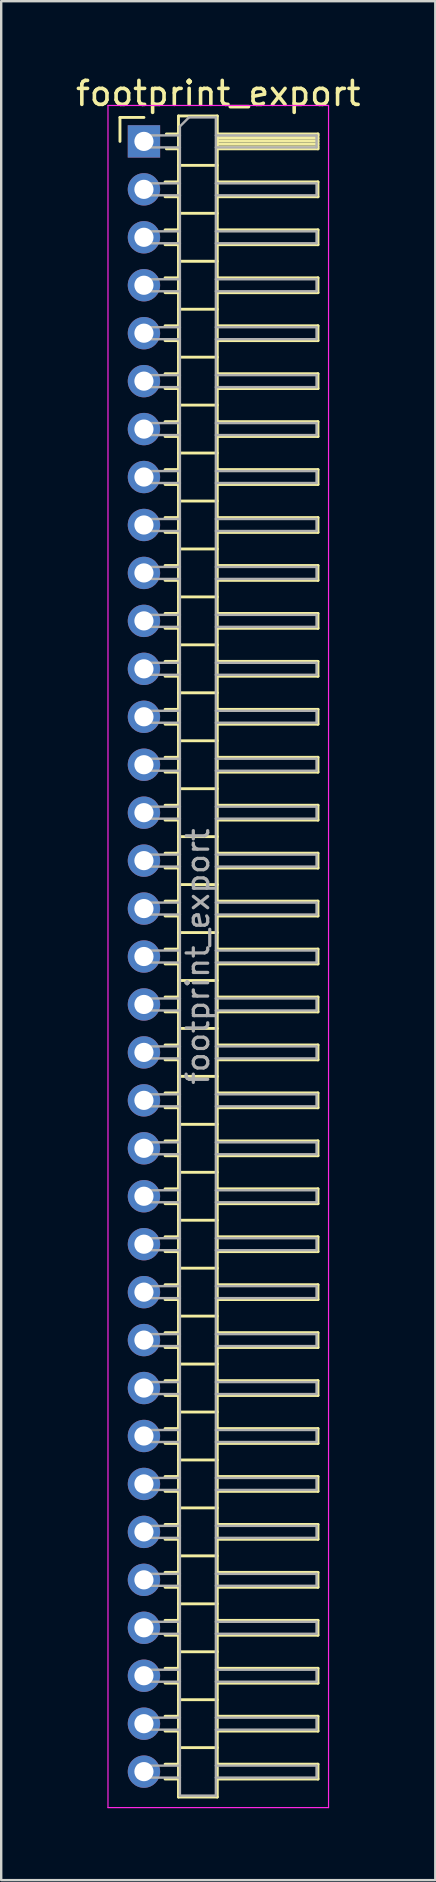
<source format=kicad_pcb>
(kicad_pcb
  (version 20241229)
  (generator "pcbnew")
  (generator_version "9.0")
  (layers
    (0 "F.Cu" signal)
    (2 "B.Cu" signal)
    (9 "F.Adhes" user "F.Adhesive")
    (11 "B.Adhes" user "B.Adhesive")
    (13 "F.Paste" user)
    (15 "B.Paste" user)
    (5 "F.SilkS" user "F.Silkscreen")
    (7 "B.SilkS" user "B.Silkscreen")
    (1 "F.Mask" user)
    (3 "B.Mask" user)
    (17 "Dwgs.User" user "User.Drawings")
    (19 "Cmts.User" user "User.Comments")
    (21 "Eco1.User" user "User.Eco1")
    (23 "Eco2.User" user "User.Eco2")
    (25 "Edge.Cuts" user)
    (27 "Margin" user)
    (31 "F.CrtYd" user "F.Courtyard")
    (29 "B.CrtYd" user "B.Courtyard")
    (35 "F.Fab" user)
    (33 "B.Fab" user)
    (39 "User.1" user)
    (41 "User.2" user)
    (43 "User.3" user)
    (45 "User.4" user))
  (footprint "footprint_export"
    (layer "F.Cu")
    (at 2.954 2.848)
    (property "Reference" "footprint_export" (at 3.1 -2 0) (layer "F.SilkS") (effects (font (size 1 1) (thickness 0.15))))
    (attr through_hole)
    (fp_line (start -1 -1) (end 0 -1) (stroke (width 0.12) (type solid)) (layer "F.SilkS"))
    (fp_line (start -1 0) (end -1 -1) (stroke (width 0.12) (type solid)) (layer "F.SilkS"))
    (fp_line (start 0.882 1.69) (end 1.44 1.69) (stroke (width 0.12) (type solid)) (layer "F.SilkS"))
    (fp_line (start 0.882 2.31) (end 1.44 2.31) (stroke (width 0.12) (type solid)) (layer "F.SilkS"))
    (fp_line (start 0.882 3.69) (end 1.44 3.69) (stroke (width 0.12) (type solid)) (layer "F.SilkS"))
    (fp_line (start 0.882 4.31) (end 1.44 4.31) (stroke (width 0.12) (type solid)) (layer "F.SilkS"))
    (fp_line (start 0.882 5.69) (end 1.44 5.69) (stroke (width 0.12) (type solid)) (layer "F.SilkS"))
    (fp_line (start 0.882 6.31) (end 1.44 6.31) (stroke (width 0.12) (type solid)) (layer "F.SilkS"))
    (fp_line (start 0.882 7.69) (end 1.44 7.69) (stroke (width 0.12) (type solid)) (layer "F.SilkS"))
    (fp_line (start 0.882 8.31) (end 1.44 8.31) (stroke (width 0.12) (type solid)) (layer "F.SilkS"))
    (fp_line (start 0.882 9.69) (end 1.44 9.69) (stroke (width 0.12) (type solid)) (layer "F.SilkS"))
    (fp_line (start 0.882 10.31) (end 1.44 10.31) (stroke (width 0.12) (type solid)) (layer "F.SilkS"))
    (fp_line (start 0.882 11.69) (end 1.44 11.69) (stroke (width 0.12) (type solid)) (layer "F.SilkS"))
    (fp_line (start 0.882 12.31) (end 1.44 12.31) (stroke (width 0.12) (type solid)) (layer "F.SilkS"))
    (fp_line (start 0.882 13.69) (end 1.44 13.69) (stroke (width 0.12) (type solid)) (layer "F.SilkS"))
    (fp_line (start 0.882 14.31) (end 1.44 14.31) (stroke (width 0.12) (type solid)) (layer "F.SilkS"))
    (fp_line (start 0.882 15.69) (end 1.44 15.69) (stroke (width 0.12) (type solid)) (layer "F.SilkS"))
    (fp_line (start 0.882 16.31) (end 1.44 16.31) (stroke (width 0.12) (type solid)) (layer "F.SilkS"))
    (fp_line (start 0.882 17.69) (end 1.44 17.69) (stroke (width 0.12) (type solid)) (layer "F.SilkS"))
    (fp_line (start 0.882 18.31) (end 1.44 18.31) (stroke (width 0.12) (type solid)) (layer "F.SilkS"))
    (fp_line (start 0.882 19.69) (end 1.44 19.69) (stroke (width 0.12) (type solid)) (layer "F.SilkS"))
    (fp_line (start 0.882 20.31) (end 1.44 20.31) (stroke (width 0.12) (type solid)) (layer "F.SilkS"))
    (fp_line (start 0.882 21.69) (end 1.44 21.69) (stroke (width 0.12) (type solid)) (layer "F.SilkS"))
    (fp_line (start 0.882 22.31) (end 1.44 22.31) (stroke (width 0.12) (type solid)) (layer "F.SilkS"))
    (fp_line (start 0.882 23.69) (end 1.44 23.69) (stroke (width 0.12) (type solid)) (layer "F.SilkS"))
    (fp_line (start 0.882 24.31) (end 1.44 24.31) (stroke (width 0.12) (type solid)) (layer "F.SilkS"))
    (fp_line (start 0.882 25.69) (end 1.44 25.69) (stroke (width 0.12) (type solid)) (layer "F.SilkS"))
    (fp_line (start 0.882 26.31) (end 1.44 26.31) (stroke (width 0.12) (type solid)) (layer "F.SilkS"))
    (fp_line (start 0.882 27.69) (end 1.44 27.69) (stroke (width 0.12) (type solid)) (layer "F.SilkS"))
    (fp_line (start 0.882 28.31) (end 1.44 28.31) (stroke (width 0.12) (type solid)) (layer "F.SilkS"))
    (fp_line (start 0.882 29.69) (end 1.44 29.69) (stroke (width 0.12) (type solid)) (layer "F.SilkS"))
    (fp_line (start 0.882 30.31) (end 1.44 30.31) (stroke (width 0.12) (type solid)) (layer "F.SilkS"))
    (fp_line (start 0.882 31.69) (end 1.44 31.69) (stroke (width 0.12) (type solid)) (layer "F.SilkS"))
    (fp_line (start 0.882 32.31) (end 1.44 32.31) (stroke (width 0.12) (type solid)) (layer "F.SilkS"))
    (fp_line (start 0.882 33.69) (end 1.44 33.69) (stroke (width 0.12) (type solid)) (layer "F.SilkS"))
    (fp_line (start 0.882 34.31) (end 1.44 34.31) (stroke (width 0.12) (type solid)) (layer "F.SilkS"))
    (fp_line (start 0.882 35.69) (end 1.44 35.69) (stroke (width 0.12) (type solid)) (layer "F.SilkS"))
    (fp_line (start 0.882 36.31) (end 1.44 36.31) (stroke (width 0.12) (type solid)) (layer "F.SilkS"))
    (fp_line (start 0.882 37.69) (end 1.44 37.69) (stroke (width 0.12) (type solid)) (layer "F.SilkS"))
    (fp_line (start 0.882 38.31) (end 1.44 38.31) (stroke (width 0.12) (type solid)) (layer "F.SilkS"))
    (fp_line (start 0.882 39.69) (end 1.44 39.69) (stroke (width 0.12) (type solid)) (layer "F.SilkS"))
    (fp_line (start 0.882 40.31) (end 1.44 40.31) (stroke (width 0.12) (type solid)) (layer "F.SilkS"))
    (fp_line (start 0.882 41.69) (end 1.44 41.69) (stroke (width 0.12) (type solid)) (layer "F.SilkS"))
    (fp_line (start 0.882 42.31) (end 1.44 42.31) (stroke (width 0.12) (type solid)) (layer "F.SilkS"))
    (fp_line (start 0.882 43.69) (end 1.44 43.69) (stroke (width 0.12) (type solid)) (layer "F.SilkS"))
    (fp_line (start 0.882 44.31) (end 1.44 44.31) (stroke (width 0.12) (type solid)) (layer "F.SilkS"))
    (fp_line (start 0.882 45.69) (end 1.44 45.69) (stroke (width 0.12) (type solid)) (layer "F.SilkS"))
    (fp_line (start 0.882 46.31) (end 1.44 46.31) (stroke (width 0.12) (type solid)) (layer "F.SilkS"))
    (fp_line (start 0.882 47.69) (end 1.44 47.69) (stroke (width 0.12) (type solid)) (layer "F.SilkS"))
    (fp_line (start 0.882 48.31) (end 1.44 48.31) (stroke (width 0.12) (type solid)) (layer "F.SilkS"))
    (fp_line (start 0.882 49.69) (end 1.44 49.69) (stroke (width 0.12) (type solid)) (layer "F.SilkS"))
    (fp_line (start 0.882 50.31) (end 1.44 50.31) (stroke (width 0.12) (type solid)) (layer "F.SilkS"))
    (fp_line (start 0.882 51.69) (end 1.44 51.69) (stroke (width 0.12) (type solid)) (layer "F.SilkS"))
    (fp_line (start 0.882 52.31) (end 1.44 52.31) (stroke (width 0.12) (type solid)) (layer "F.SilkS"))
    (fp_line (start 0.882 53.69) (end 1.44 53.69) (stroke (width 0.12) (type solid)) (layer "F.SilkS"))
    (fp_line (start 0.882 54.31) (end 1.44 54.31) (stroke (width 0.12) (type solid)) (layer "F.SilkS"))
    (fp_line (start 0.882 55.69) (end 1.44 55.69) (stroke (width 0.12) (type solid)) (layer "F.SilkS"))
    (fp_line (start 0.882 56.31) (end 1.44 56.31) (stroke (width 0.12) (type solid)) (layer "F.SilkS"))
    (fp_line (start 0.882 57.69) (end 1.44 57.69) (stroke (width 0.12) (type solid)) (layer "F.SilkS"))
    (fp_line (start 0.882 58.31) (end 1.44 58.31) (stroke (width 0.12) (type solid)) (layer "F.SilkS"))
    (fp_line (start 0.882 59.69) (end 1.44 59.69) (stroke (width 0.12) (type solid)) (layer "F.SilkS"))
    (fp_line (start 0.882 60.31) (end 1.44 60.31) (stroke (width 0.12) (type solid)) (layer "F.SilkS"))
    (fp_line (start 0.882 61.69) (end 1.44 61.69) (stroke (width 0.12) (type solid)) (layer "F.SilkS"))
    (fp_line (start 0.882 62.31) (end 1.44 62.31) (stroke (width 0.12) (type solid)) (layer "F.SilkS"))
    (fp_line (start 0.882 63.69) (end 1.44 63.69) (stroke (width 0.12) (type solid)) (layer "F.SilkS"))
    (fp_line (start 0.882 64.31) (end 1.44 64.31) (stroke (width 0.12) (type solid)) (layer "F.SilkS"))
    (fp_line (start 0.882 65.69) (end 1.44 65.69) (stroke (width 0.12) (type solid)) (layer "F.SilkS"))
    (fp_line (start 0.882 66.31) (end 1.44 66.31) (stroke (width 0.12) (type solid)) (layer "F.SilkS"))
    (fp_line (start 0.882 67.69) (end 1.44 67.69) (stroke (width 0.12) (type solid)) (layer "F.SilkS"))
    (fp_line (start 0.882 68.31) (end 1.44 68.31) (stroke (width 0.12) (type solid)) (layer "F.SilkS"))
    (fp_line (start 0.935 -0.31) (end 1.44 -0.31) (stroke (width 0.12) (type solid)) (layer "F.SilkS"))
    (fp_line (start 0.935 0.31) (end 1.44 0.31) (stroke (width 0.12) (type solid)) (layer "F.SilkS"))
    (fp_line (start 1.44 -1.06) (end 1.44 69.06) (stroke (width 0.12) (type solid)) (layer "F.SilkS"))
    (fp_line (start 1.44 1) (end 3.06 1) (stroke (width 0.12) (type solid)) (layer "F.SilkS"))
    (fp_line (start 1.44 3) (end 3.06 3) (stroke (width 0.12) (type solid)) (layer "F.SilkS"))
    (fp_line (start 1.44 5) (end 3.06 5) (stroke (width 0.12) (type solid)) (layer "F.SilkS"))
    (fp_line (start 1.44 7) (end 3.06 7) (stroke (width 0.12) (type solid)) (layer "F.SilkS"))
    (fp_line (start 1.44 9) (end 3.06 9) (stroke (width 0.12) (type solid)) (layer "F.SilkS"))
    (fp_line (start 1.44 11) (end 3.06 11) (stroke (width 0.12) (type solid)) (layer "F.SilkS"))
    (fp_line (start 1.44 13) (end 3.06 13) (stroke (width 0.12) (type solid)) (layer "F.SilkS"))
    (fp_line (start 1.44 15) (end 3.06 15) (stroke (width 0.12) (type solid)) (layer "F.SilkS"))
    (fp_line (start 1.44 17) (end 3.06 17) (stroke (width 0.12) (type solid)) (layer "F.SilkS"))
    (fp_line (start 1.44 19) (end 3.06 19) (stroke (width 0.12) (type solid)) (layer "F.SilkS"))
    (fp_line (start 1.44 21) (end 3.06 21) (stroke (width 0.12) (type solid)) (layer "F.SilkS"))
    (fp_line (start 1.44 23) (end 3.06 23) (stroke (width 0.12) (type solid)) (layer "F.SilkS"))
    (fp_line (start 1.44 25) (end 3.06 25) (stroke (width 0.12) (type solid)) (layer "F.SilkS"))
    (fp_line (start 1.44 27) (end 3.06 27) (stroke (width 0.12) (type solid)) (layer "F.SilkS"))
    (fp_line (start 1.44 29) (end 3.06 29) (stroke (width 0.12) (type solid)) (layer "F.SilkS"))
    (fp_line (start 1.44 31) (end 3.06 31) (stroke (width 0.12) (type solid)) (layer "F.SilkS"))
    (fp_line (start 1.44 33) (end 3.06 33) (stroke (width 0.12) (type solid)) (layer "F.SilkS"))
    (fp_line (start 1.44 35) (end 3.06 35) (stroke (width 0.12) (type solid)) (layer "F.SilkS"))
    (fp_line (start 1.44 37) (end 3.06 37) (stroke (width 0.12) (type solid)) (layer "F.SilkS"))
    (fp_line (start 1.44 39) (end 3.06 39) (stroke (width 0.12) (type solid)) (layer "F.SilkS"))
    (fp_line (start 1.44 41) (end 3.06 41) (stroke (width 0.12) (type solid)) (layer "F.SilkS"))
    (fp_line (start 1.44 43) (end 3.06 43) (stroke (width 0.12) (type solid)) (layer "F.SilkS"))
    (fp_line (start 1.44 45) (end 3.06 45) (stroke (width 0.12) (type solid)) (layer "F.SilkS"))
    (fp_line (start 1.44 47) (end 3.06 47) (stroke (width 0.12) (type solid)) (layer "F.SilkS"))
    (fp_line (start 1.44 49) (end 3.06 49) (stroke (width 0.12) (type solid)) (layer "F.SilkS"))
    (fp_line (start 1.44 51) (end 3.06 51) (stroke (width 0.12) (type solid)) (layer "F.SilkS"))
    (fp_line (start 1.44 53) (end 3.06 53) (stroke (width 0.12) (type solid)) (layer "F.SilkS"))
    (fp_line (start 1.44 55) (end 3.06 55) (stroke (width 0.12) (type solid)) (layer "F.SilkS"))
    (fp_line (start 1.44 57) (end 3.06 57) (stroke (width 0.12) (type solid)) (layer "F.SilkS"))
    (fp_line (start 1.44 59) (end 3.06 59) (stroke (width 0.12) (type solid)) (layer "F.SilkS"))
    (fp_line (start 1.44 61) (end 3.06 61) (stroke (width 0.12) (type solid)) (layer "F.SilkS"))
    (fp_line (start 1.44 63) (end 3.06 63) (stroke (width 0.12) (type solid)) (layer "F.SilkS"))
    (fp_line (start 1.44 65) (end 3.06 65) (stroke (width 0.12) (type solid)) (layer "F.SilkS"))
    (fp_line (start 1.44 67) (end 3.06 67) (stroke (width 0.12) (type solid)) (layer "F.SilkS"))
    (fp_line (start 1.44 69.06) (end 3.06 69.06) (stroke (width 0.12) (type solid)) (layer "F.SilkS"))
    (fp_line (start 3.06 -1.06) (end 1.44 -1.06) (stroke (width 0.12) (type solid)) (layer "F.SilkS"))
    (fp_line (start 3.06 -0.31) (end 7.26 -0.31) (stroke (width 0.12) (type solid)) (layer "F.SilkS"))
    (fp_line (start 3.06 -0.25) (end 7.26 -0.25) (stroke (width 0.12) (type solid)) (layer "F.SilkS"))
    (fp_line (start 3.06 -0.13) (end 7.26 -0.13) (stroke (width 0.12) (type solid)) (layer "F.SilkS"))
    (fp_line (start 3.06 -0.01) (end 7.26 -0.01) (stroke (width 0.12) (type solid)) (layer "F.SilkS"))
    (fp_line (start 3.06 0.11) (end 7.26 0.11) (stroke (width 0.12) (type solid)) (layer "F.SilkS"))
    (fp_line (start 3.06 0.23) (end 7.26 0.23) (stroke (width 0.12) (type solid)) (layer "F.SilkS"))
    (fp_line (start 3.06 1.69) (end 7.26 1.69) (stroke (width 0.12) (type solid)) (layer "F.SilkS"))
    (fp_line (start 3.06 3.69) (end 7.26 3.69) (stroke (width 0.12) (type solid)) (layer "F.SilkS"))
    (fp_line (start 3.06 5.69) (end 7.26 5.69) (stroke (width 0.12) (type solid)) (layer "F.SilkS"))
    (fp_line (start 3.06 7.69) (end 7.26 7.69) (stroke (width 0.12) (type solid)) (layer "F.SilkS"))
    (fp_line (start 3.06 9.69) (end 7.26 9.69) (stroke (width 0.12) (type solid)) (layer "F.SilkS"))
    (fp_line (start 3.06 11.69) (end 7.26 11.69) (stroke (width 0.12) (type solid)) (layer "F.SilkS"))
    (fp_line (start 3.06 13.69) (end 7.26 13.69) (stroke (width 0.12) (type solid)) (layer "F.SilkS"))
    (fp_line (start 3.06 15.69) (end 7.26 15.69) (stroke (width 0.12) (type solid)) (layer "F.SilkS"))
    (fp_line (start 3.06 17.69) (end 7.26 17.69) (stroke (width 0.12) (type solid)) (layer "F.SilkS"))
    (fp_line (start 3.06 19.69) (end 7.26 19.69) (stroke (width 0.12) (type solid)) (layer "F.SilkS"))
    (fp_line (start 3.06 21.69) (end 7.26 21.69) (stroke (width 0.12) (type solid)) (layer "F.SilkS"))
    (fp_line (start 3.06 23.69) (end 7.26 23.69) (stroke (width 0.12) (type solid)) (layer "F.SilkS"))
    (fp_line (start 3.06 25.69) (end 7.26 25.69) (stroke (width 0.12) (type solid)) (layer "F.SilkS"))
    (fp_line (start 3.06 27.69) (end 7.26 27.69) (stroke (width 0.12) (type solid)) (layer "F.SilkS"))
    (fp_line (start 3.06 29.69) (end 7.26 29.69) (stroke (width 0.12) (type solid)) (layer "F.SilkS"))
    (fp_line (start 3.06 31.69) (end 7.26 31.69) (stroke (width 0.12) (type solid)) (layer "F.SilkS"))
    (fp_line (start 3.06 33.69) (end 7.26 33.69) (stroke (width 0.12) (type solid)) (layer "F.SilkS"))
    (fp_line (start 3.06 35.69) (end 7.26 35.69) (stroke (width 0.12) (type solid)) (layer "F.SilkS"))
    (fp_line (start 3.06 37.69) (end 7.26 37.69) (stroke (width 0.12) (type solid)) (layer "F.SilkS"))
    (fp_line (start 3.06 39.69) (end 7.26 39.69) (stroke (width 0.12) (type solid)) (layer "F.SilkS"))
    (fp_line (start 3.06 41.69) (end 7.26 41.69) (stroke (width 0.12) (type solid)) (layer "F.SilkS"))
    (fp_line (start 3.06 43.69) (end 7.26 43.69) (stroke (width 0.12) (type solid)) (layer "F.SilkS"))
    (fp_line (start 3.06 45.69) (end 7.26 45.69) (stroke (width 0.12) (type solid)) (layer "F.SilkS"))
    (fp_line (start 3.06 47.69) (end 7.26 47.69) (stroke (width 0.12) (type solid)) (layer "F.SilkS"))
    (fp_line (start 3.06 49.69) (end 7.26 49.69) (stroke (width 0.12) (type solid)) (layer "F.SilkS"))
    (fp_line (start 3.06 51.69) (end 7.26 51.69) (stroke (width 0.12) (type solid)) (layer "F.SilkS"))
    (fp_line (start 3.06 53.69) (end 7.26 53.69) (stroke (width 0.12) (type solid)) (layer "F.SilkS"))
    (fp_line (start 3.06 55.69) (end 7.26 55.69) (stroke (width 0.12) (type solid)) (layer "F.SilkS"))
    (fp_line (start 3.06 57.69) (end 7.26 57.69) (stroke (width 0.12) (type solid)) (layer "F.SilkS"))
    (fp_line (start 3.06 59.69) (end 7.26 59.69) (stroke (width 0.12) (type solid)) (layer "F.SilkS"))
    (fp_line (start 3.06 61.69) (end 7.26 61.69) (stroke (width 0.12) (type solid)) (layer "F.SilkS"))
    (fp_line (start 3.06 63.69) (end 7.26 63.69) (stroke (width 0.12) (type solid)) (layer "F.SilkS"))
    (fp_line (start 3.06 65.69) (end 7.26 65.69) (stroke (width 0.12) (type solid)) (layer "F.SilkS"))
    (fp_line (start 3.06 67.69) (end 7.26 67.69) (stroke (width 0.12) (type solid)) (layer "F.SilkS"))
    (fp_line (start 3.06 69.06) (end 3.06 -1.06) (stroke (width 0.12) (type solid)) (layer "F.SilkS"))
    (fp_line (start 7.26 -0.31) (end 7.26 0.31) (stroke (width 0.12) (type solid)) (layer "F.SilkS"))
    (fp_line (start 7.26 0.31) (end 3.06 0.31) (stroke (width 0.12) (type solid)) (layer "F.SilkS"))
    (fp_line (start 7.26 1.69) (end 7.26 2.31) (stroke (width 0.12) (type solid)) (layer "F.SilkS"))
    (fp_line (start 7.26 2.31) (end 3.06 2.31) (stroke (width 0.12) (type solid)) (layer "F.SilkS"))
    (fp_line (start 7.26 3.69) (end 7.26 4.31) (stroke (width 0.12) (type solid)) (layer "F.SilkS"))
    (fp_line (start 7.26 4.31) (end 3.06 4.31) (stroke (width 0.12) (type solid)) (layer "F.SilkS"))
    (fp_line (start 7.26 5.69) (end 7.26 6.31) (stroke (width 0.12) (type solid)) (layer "F.SilkS"))
    (fp_line (start 7.26 6.31) (end 3.06 6.31) (stroke (width 0.12) (type solid)) (layer "F.SilkS"))
    (fp_line (start 7.26 7.69) (end 7.26 8.31) (stroke (width 0.12) (type solid)) (layer "F.SilkS"))
    (fp_line (start 7.26 8.31) (end 3.06 8.31) (stroke (width 0.12) (type solid)) (layer "F.SilkS"))
    (fp_line (start 7.26 9.69) (end 7.26 10.31) (stroke (width 0.12) (type solid)) (layer "F.SilkS"))
    (fp_line (start 7.26 10.31) (end 3.06 10.31) (stroke (width 0.12) (type solid)) (layer "F.SilkS"))
    (fp_line (start 7.26 11.69) (end 7.26 12.31) (stroke (width 0.12) (type solid)) (layer "F.SilkS"))
    (fp_line (start 7.26 12.31) (end 3.06 12.31) (stroke (width 0.12) (type solid)) (layer "F.SilkS"))
    (fp_line (start 7.26 13.69) (end 7.26 14.31) (stroke (width 0.12) (type solid)) (layer "F.SilkS"))
    (fp_line (start 7.26 14.31) (end 3.06 14.31) (stroke (width 0.12) (type solid)) (layer "F.SilkS"))
    (fp_line (start 7.26 15.69) (end 7.26 16.31) (stroke (width 0.12) (type solid)) (layer "F.SilkS"))
    (fp_line (start 7.26 16.31) (end 3.06 16.31) (stroke (width 0.12) (type solid)) (layer "F.SilkS"))
    (fp_line (start 7.26 17.69) (end 7.26 18.31) (stroke (width 0.12) (type solid)) (layer "F.SilkS"))
    (fp_line (start 7.26 18.31) (end 3.06 18.31) (stroke (width 0.12) (type solid)) (layer "F.SilkS"))
    (fp_line (start 7.26 19.69) (end 7.26 20.31) (stroke (width 0.12) (type solid)) (layer "F.SilkS"))
    (fp_line (start 7.26 20.31) (end 3.06 20.31) (stroke (width 0.12) (type solid)) (layer "F.SilkS"))
    (fp_line (start 7.26 21.69) (end 7.26 22.31) (stroke (width 0.12) (type solid)) (layer "F.SilkS"))
    (fp_line (start 7.26 22.31) (end 3.06 22.31) (stroke (width 0.12) (type solid)) (layer "F.SilkS"))
    (fp_line (start 7.26 23.69) (end 7.26 24.31) (stroke (width 0.12) (type solid)) (layer "F.SilkS"))
    (fp_line (start 7.26 24.31) (end 3.06 24.31) (stroke (width 0.12) (type solid)) (layer "F.SilkS"))
    (fp_line (start 7.26 25.69) (end 7.26 26.31) (stroke (width 0.12) (type solid)) (layer "F.SilkS"))
    (fp_line (start 7.26 26.31) (end 3.06 26.31) (stroke (width 0.12) (type solid)) (layer "F.SilkS"))
    (fp_line (start 7.26 27.69) (end 7.26 28.31) (stroke (width 0.12) (type solid)) (layer "F.SilkS"))
    (fp_line (start 7.26 28.31) (end 3.06 28.31) (stroke (width 0.12) (type solid)) (layer "F.SilkS"))
    (fp_line (start 7.26 29.69) (end 7.26 30.31) (stroke (width 0.12) (type solid)) (layer "F.SilkS"))
    (fp_line (start 7.26 30.31) (end 3.06 30.31) (stroke (width 0.12) (type solid)) (layer "F.SilkS"))
    (fp_line (start 7.26 31.69) (end 7.26 32.31) (stroke (width 0.12) (type solid)) (layer "F.SilkS"))
    (fp_line (start 7.26 32.31) (end 3.06 32.31) (stroke (width 0.12) (type solid)) (layer "F.SilkS"))
    (fp_line (start 7.26 33.69) (end 7.26 34.31) (stroke (width 0.12) (type solid)) (layer "F.SilkS"))
    (fp_line (start 7.26 34.31) (end 3.06 34.31) (stroke (width 0.12) (type solid)) (layer "F.SilkS"))
    (fp_line (start 7.26 35.69) (end 7.26 36.31) (stroke (width 0.12) (type solid)) (layer "F.SilkS"))
    (fp_line (start 7.26 36.31) (end 3.06 36.31) (stroke (width 0.12) (type solid)) (layer "F.SilkS"))
    (fp_line (start 7.26 37.69) (end 7.26 38.31) (stroke (width 0.12) (type solid)) (layer "F.SilkS"))
    (fp_line (start 7.26 38.31) (end 3.06 38.31) (stroke (width 0.12) (type solid)) (layer "F.SilkS"))
    (fp_line (start 7.26 39.69) (end 7.26 40.31) (stroke (width 0.12) (type solid)) (layer "F.SilkS"))
    (fp_line (start 7.26 40.31) (end 3.06 40.31) (stroke (width 0.12) (type solid)) (layer "F.SilkS"))
    (fp_line (start 7.26 41.69) (end 7.26 42.31) (stroke (width 0.12) (type solid)) (layer "F.SilkS"))
    (fp_line (start 7.26 42.31) (end 3.06 42.31) (stroke (width 0.12) (type solid)) (layer "F.SilkS"))
    (fp_line (start 7.26 43.69) (end 7.26 44.31) (stroke (width 0.12) (type solid)) (layer "F.SilkS"))
    (fp_line (start 7.26 44.31) (end 3.06 44.31) (stroke (width 0.12) (type solid)) (layer "F.SilkS"))
    (fp_line (start 7.26 45.69) (end 7.26 46.31) (stroke (width 0.12) (type solid)) (layer "F.SilkS"))
    (fp_line (start 7.26 46.31) (end 3.06 46.31) (stroke (width 0.12) (type solid)) (layer "F.SilkS"))
    (fp_line (start 7.26 47.69) (end 7.26 48.31) (stroke (width 0.12) (type solid)) (layer "F.SilkS"))
    (fp_line (start 7.26 48.31) (end 3.06 48.31) (stroke (width 0.12) (type solid)) (layer "F.SilkS"))
    (fp_line (start 7.26 49.69) (end 7.26 50.31) (stroke (width 0.12) (type solid)) (layer "F.SilkS"))
    (fp_line (start 7.26 50.31) (end 3.06 50.31) (stroke (width 0.12) (type solid)) (layer "F.SilkS"))
    (fp_line (start 7.26 51.69) (end 7.26 52.31) (stroke (width 0.12) (type solid)) (layer "F.SilkS"))
    (fp_line (start 7.26 52.31) (end 3.06 52.31) (stroke (width 0.12) (type solid)) (layer "F.SilkS"))
    (fp_line (start 7.26 53.69) (end 7.26 54.31) (stroke (width 0.12) (type solid)) (layer "F.SilkS"))
    (fp_line (start 7.26 54.31) (end 3.06 54.31) (stroke (width 0.12) (type solid)) (layer "F.SilkS"))
    (fp_line (start 7.26 55.69) (end 7.26 56.31) (stroke (width 0.12) (type solid)) (layer "F.SilkS"))
    (fp_line (start 7.26 56.31) (end 3.06 56.31) (stroke (width 0.12) (type solid)) (layer "F.SilkS"))
    (fp_line (start 7.26 57.69) (end 7.26 58.31) (stroke (width 0.12) (type solid)) (layer "F.SilkS"))
    (fp_line (start 7.26 58.31) (end 3.06 58.31) (stroke (width 0.12) (type solid)) (layer "F.SilkS"))
    (fp_line (start 7.26 59.69) (end 7.26 60.31) (stroke (width 0.12) (type solid)) (layer "F.SilkS"))
    (fp_line (start 7.26 60.31) (end 3.06 60.31) (stroke (width 0.12) (type solid)) (layer "F.SilkS"))
    (fp_line (start 7.26 61.69) (end 7.26 62.31) (stroke (width 0.12) (type solid)) (layer "F.SilkS"))
    (fp_line (start 7.26 62.31) (end 3.06 62.31) (stroke (width 0.12) (type solid)) (layer "F.SilkS"))
    (fp_line (start 7.26 63.69) (end 7.26 64.31) (stroke (width 0.12) (type solid)) (layer "F.SilkS"))
    (fp_line (start 7.26 64.31) (end 3.06 64.31) (stroke (width 0.12) (type solid)) (layer "F.SilkS"))
    (fp_line (start 7.26 65.69) (end 7.26 66.31) (stroke (width 0.12) (type solid)) (layer "F.SilkS"))
    (fp_line (start 7.26 66.31) (end 3.06 66.31) (stroke (width 0.12) (type solid)) (layer "F.SilkS"))
    (fp_line (start 7.26 67.69) (end 7.26 68.31) (stroke (width 0.12) (type solid)) (layer "F.SilkS"))
    (fp_line (start 7.26 68.31) (end 3.06 68.31) (stroke (width 0.12) (type solid)) (layer "F.SilkS"))
    (fp_line (start -1.5 -1.5) (end -1.5 69.5) (stroke (width 0.05) (type solid)) (layer "F.CrtYd"))
    (fp_line (start -1.5 69.5) (end 7.7 69.5) (stroke (width 0.05) (type solid)) (layer "F.CrtYd"))
    (fp_line (start 7.7 -1.5) (end -1.5 -1.5) (stroke (width 0.05) (type solid)) (layer "F.CrtYd"))
    (fp_line (start 7.7 69.5) (end 7.7 -1.5) (stroke (width 0.05) (type solid)) (layer "F.CrtYd"))
    (fp_line (start -0.25 -0.25) (end -0.25 0.25) (stroke (width 0.1) (type solid)) (layer "F.Fab"))
    (fp_line (start -0.25 -0.25) (end 1.5 -0.25) (stroke (width 0.1) (type solid)) (layer "F.Fab"))
    (fp_line (start -0.25 0.25) (end 1.5 0.25) (stroke (width 0.1) (type solid)) (layer "F.Fab"))
    (fp_line (start -0.25 1.75) (end -0.25 2.25) (stroke (width 0.1) (type solid)) (layer "F.Fab"))
    (fp_line (start -0.25 1.75) (end 1.5 1.75) (stroke (width 0.1) (type solid)) (layer "F.Fab"))
    (fp_line (start -0.25 2.25) (end 1.5 2.25) (stroke (width 0.1) (type solid)) (layer "F.Fab"))
    (fp_line (start -0.25 3.75) (end -0.25 4.25) (stroke (width 0.1) (type solid)) (layer "F.Fab"))
    (fp_line (start -0.25 3.75) (end 1.5 3.75) (stroke (width 0.1) (type solid)) (layer "F.Fab"))
    (fp_line (start -0.25 4.25) (end 1.5 4.25) (stroke (width 0.1) (type solid)) (layer "F.Fab"))
    (fp_line (start -0.25 5.75) (end -0.25 6.25) (stroke (width 0.1) (type solid)) (layer "F.Fab"))
    (fp_line (start -0.25 5.75) (end 1.5 5.75) (stroke (width 0.1) (type solid)) (layer "F.Fab"))
    (fp_line (start -0.25 6.25) (end 1.5 6.25) (stroke (width 0.1) (type solid)) (layer "F.Fab"))
    (fp_line (start -0.25 7.75) (end -0.25 8.25) (stroke (width 0.1) (type solid)) (layer "F.Fab"))
    (fp_line (start -0.25 7.75) (end 1.5 7.75) (stroke (width 0.1) (type solid)) (layer "F.Fab"))
    (fp_line (start -0.25 8.25) (end 1.5 8.25) (stroke (width 0.1) (type solid)) (layer "F.Fab"))
    (fp_line (start -0.25 9.75) (end -0.25 10.25) (stroke (width 0.1) (type solid)) (layer "F.Fab"))
    (fp_line (start -0.25 9.75) (end 1.5 9.75) (stroke (width 0.1) (type solid)) (layer "F.Fab"))
    (fp_line (start -0.25 10.25) (end 1.5 10.25) (stroke (width 0.1) (type solid)) (layer "F.Fab"))
    (fp_line (start -0.25 11.75) (end -0.25 12.25) (stroke (width 0.1) (type solid)) (layer "F.Fab"))
    (fp_line (start -0.25 11.75) (end 1.5 11.75) (stroke (width 0.1) (type solid)) (layer "F.Fab"))
    (fp_line (start -0.25 12.25) (end 1.5 12.25) (stroke (width 0.1) (type solid)) (layer "F.Fab"))
    (fp_line (start -0.25 13.75) (end -0.25 14.25) (stroke (width 0.1) (type solid)) (layer "F.Fab"))
    (fp_line (start -0.25 13.75) (end 1.5 13.75) (stroke (width 0.1) (type solid)) (layer "F.Fab"))
    (fp_line (start -0.25 14.25) (end 1.5 14.25) (stroke (width 0.1) (type solid)) (layer "F.Fab"))
    (fp_line (start -0.25 15.75) (end -0.25 16.25) (stroke (width 0.1) (type solid)) (layer "F.Fab"))
    (fp_line (start -0.25 15.75) (end 1.5 15.75) (stroke (width 0.1) (type solid)) (layer "F.Fab"))
    (fp_line (start -0.25 16.25) (end 1.5 16.25) (stroke (width 0.1) (type solid)) (layer "F.Fab"))
    (fp_line (start -0.25 17.75) (end -0.25 18.25) (stroke (width 0.1) (type solid)) (layer "F.Fab"))
    (fp_line (start -0.25 17.75) (end 1.5 17.75) (stroke (width 0.1) (type solid)) (layer "F.Fab"))
    (fp_line (start -0.25 18.25) (end 1.5 18.25) (stroke (width 0.1) (type solid)) (layer "F.Fab"))
    (fp_line (start -0.25 19.75) (end -0.25 20.25) (stroke (width 0.1) (type solid)) (layer "F.Fab"))
    (fp_line (start -0.25 19.75) (end 1.5 19.75) (stroke (width 0.1) (type solid)) (layer "F.Fab"))
    (fp_line (start -0.25 20.25) (end 1.5 20.25) (stroke (width 0.1) (type solid)) (layer "F.Fab"))
    (fp_line (start -0.25 21.75) (end -0.25 22.25) (stroke (width 0.1) (type solid)) (layer "F.Fab"))
    (fp_line (start -0.25 21.75) (end 1.5 21.75) (stroke (width 0.1) (type solid)) (layer "F.Fab"))
    (fp_line (start -0.25 22.25) (end 1.5 22.25) (stroke (width 0.1) (type solid)) (layer "F.Fab"))
    (fp_line (start -0.25 23.75) (end -0.25 24.25) (stroke (width 0.1) (type solid)) (layer "F.Fab"))
    (fp_line (start -0.25 23.75) (end 1.5 23.75) (stroke (width 0.1) (type solid)) (layer "F.Fab"))
    (fp_line (start -0.25 24.25) (end 1.5 24.25) (stroke (width 0.1) (type solid)) (layer "F.Fab"))
    (fp_line (start -0.25 25.75) (end -0.25 26.25) (stroke (width 0.1) (type solid)) (layer "F.Fab"))
    (fp_line (start -0.25 25.75) (end 1.5 25.75) (stroke (width 0.1) (type solid)) (layer "F.Fab"))
    (fp_line (start -0.25 26.25) (end 1.5 26.25) (stroke (width 0.1) (type solid)) (layer "F.Fab"))
    (fp_line (start -0.25 27.75) (end -0.25 28.25) (stroke (width 0.1) (type solid)) (layer "F.Fab"))
    (fp_line (start -0.25 27.75) (end 1.5 27.75) (stroke (width 0.1) (type solid)) (layer "F.Fab"))
    (fp_line (start -0.25 28.25) (end 1.5 28.25) (stroke (width 0.1) (type solid)) (layer "F.Fab"))
    (fp_line (start -0.25 29.75) (end -0.25 30.25) (stroke (width 0.1) (type solid)) (layer "F.Fab"))
    (fp_line (start -0.25 29.75) (end 1.5 29.75) (stroke (width 0.1) (type solid)) (layer "F.Fab"))
    (fp_line (start -0.25 30.25) (end 1.5 30.25) (stroke (width 0.1) (type solid)) (layer "F.Fab"))
    (fp_line (start -0.25 31.75) (end -0.25 32.25) (stroke (width 0.1) (type solid)) (layer "F.Fab"))
    (fp_line (start -0.25 31.75) (end 1.5 31.75) (stroke (width 0.1) (type solid)) (layer "F.Fab"))
    (fp_line (start -0.25 32.25) (end 1.5 32.25) (stroke (width 0.1) (type solid)) (layer "F.Fab"))
    (fp_line (start -0.25 33.75) (end -0.25 34.25) (stroke (width 0.1) (type solid)) (layer "F.Fab"))
    (fp_line (start -0.25 33.75) (end 1.5 33.75) (stroke (width 0.1) (type solid)) (layer "F.Fab"))
    (fp_line (start -0.25 34.25) (end 1.5 34.25) (stroke (width 0.1) (type solid)) (layer "F.Fab"))
    (fp_line (start -0.25 35.75) (end -0.25 36.25) (stroke (width 0.1) (type solid)) (layer "F.Fab"))
    (fp_line (start -0.25 35.75) (end 1.5 35.75) (stroke (width 0.1) (type solid)) (layer "F.Fab"))
    (fp_line (start -0.25 36.25) (end 1.5 36.25) (stroke (width 0.1) (type solid)) (layer "F.Fab"))
    (fp_line (start -0.25 37.75) (end -0.25 38.25) (stroke (width 0.1) (type solid)) (layer "F.Fab"))
    (fp_line (start -0.25 37.75) (end 1.5 37.75) (stroke (width 0.1) (type solid)) (layer "F.Fab"))
    (fp_line (start -0.25 38.25) (end 1.5 38.25) (stroke (width 0.1) (type solid)) (layer "F.Fab"))
    (fp_line (start -0.25 39.75) (end -0.25 40.25) (stroke (width 0.1) (type solid)) (layer "F.Fab"))
    (fp_line (start -0.25 39.75) (end 1.5 39.75) (stroke (width 0.1) (type solid)) (layer "F.Fab"))
    (fp_line (start -0.25 40.25) (end 1.5 40.25) (stroke (width 0.1) (type solid)) (layer "F.Fab"))
    (fp_line (start -0.25 41.75) (end -0.25 42.25) (stroke (width 0.1) (type solid)) (layer "F.Fab"))
    (fp_line (start -0.25 41.75) (end 1.5 41.75) (stroke (width 0.1) (type solid)) (layer "F.Fab"))
    (fp_line (start -0.25 42.25) (end 1.5 42.25) (stroke (width 0.1) (type solid)) (layer "F.Fab"))
    (fp_line (start -0.25 43.75) (end -0.25 44.25) (stroke (width 0.1) (type solid)) (layer "F.Fab"))
    (fp_line (start -0.25 43.75) (end 1.5 43.75) (stroke (width 0.1) (type solid)) (layer "F.Fab"))
    (fp_line (start -0.25 44.25) (end 1.5 44.25) (stroke (width 0.1) (type solid)) (layer "F.Fab"))
    (fp_line (start -0.25 45.75) (end -0.25 46.25) (stroke (width 0.1) (type solid)) (layer "F.Fab"))
    (fp_line (start -0.25 45.75) (end 1.5 45.75) (stroke (width 0.1) (type solid)) (layer "F.Fab"))
    (fp_line (start -0.25 46.25) (end 1.5 46.25) (stroke (width 0.1) (type solid)) (layer "F.Fab"))
    (fp_line (start -0.25 47.75) (end -0.25 48.25) (stroke (width 0.1) (type solid)) (layer "F.Fab"))
    (fp_line (start -0.25 47.75) (end 1.5 47.75) (stroke (width 0.1) (type solid)) (layer "F.Fab"))
    (fp_line (start -0.25 48.25) (end 1.5 48.25) (stroke (width 0.1) (type solid)) (layer "F.Fab"))
    (fp_line (start -0.25 49.75) (end -0.25 50.25) (stroke (width 0.1) (type solid)) (layer "F.Fab"))
    (fp_line (start -0.25 49.75) (end 1.5 49.75) (stroke (width 0.1) (type solid)) (layer "F.Fab"))
    (fp_line (start -0.25 50.25) (end 1.5 50.25) (stroke (width 0.1) (type solid)) (layer "F.Fab"))
    (fp_line (start -0.25 51.75) (end -0.25 52.25) (stroke (width 0.1) (type solid)) (layer "F.Fab"))
    (fp_line (start -0.25 51.75) (end 1.5 51.75) (stroke (width 0.1) (type solid)) (layer "F.Fab"))
    (fp_line (start -0.25 52.25) (end 1.5 52.25) (stroke (width 0.1) (type solid)) (layer "F.Fab"))
    (fp_line (start -0.25 53.75) (end -0.25 54.25) (stroke (width 0.1) (type solid)) (layer "F.Fab"))
    (fp_line (start -0.25 53.75) (end 1.5 53.75) (stroke (width 0.1) (type solid)) (layer "F.Fab"))
    (fp_line (start -0.25 54.25) (end 1.5 54.25) (stroke (width 0.1) (type solid)) (layer "F.Fab"))
    (fp_line (start -0.25 55.75) (end -0.25 56.25) (stroke (width 0.1) (type solid)) (layer "F.Fab"))
    (fp_line (start -0.25 55.75) (end 1.5 55.75) (stroke (width 0.1) (type solid)) (layer "F.Fab"))
    (fp_line (start -0.25 56.25) (end 1.5 56.25) (stroke (width 0.1) (type solid)) (layer "F.Fab"))
    (fp_line (start -0.25 57.75) (end -0.25 58.25) (stroke (width 0.1) (type solid)) (layer "F.Fab"))
    (fp_line (start -0.25 57.75) (end 1.5 57.75) (stroke (width 0.1) (type solid)) (layer "F.Fab"))
    (fp_line (start -0.25 58.25) (end 1.5 58.25) (stroke (width 0.1) (type solid)) (layer "F.Fab"))
    (fp_line (start -0.25 59.75) (end -0.25 60.25) (stroke (width 0.1) (type solid)) (layer "F.Fab"))
    (fp_line (start -0.25 59.75) (end 1.5 59.75) (stroke (width 0.1) (type solid)) (layer "F.Fab"))
    (fp_line (start -0.25 60.25) (end 1.5 60.25) (stroke (width 0.1) (type solid)) (layer "F.Fab"))
    (fp_line (start -0.25 61.75) (end -0.25 62.25) (stroke (width 0.1) (type solid)) (layer "F.Fab"))
    (fp_line (start -0.25 61.75) (end 1.5 61.75) (stroke (width 0.1) (type solid)) (layer "F.Fab"))
    (fp_line (start -0.25 62.25) (end 1.5 62.25) (stroke (width 0.1) (type solid)) (layer "F.Fab"))
    (fp_line (start -0.25 63.75) (end -0.25 64.25) (stroke (width 0.1) (type solid)) (layer "F.Fab"))
    (fp_line (start -0.25 63.75) (end 1.5 63.75) (stroke (width 0.1) (type solid)) (layer "F.Fab"))
    (fp_line (start -0.25 64.25) (end 1.5 64.25) (stroke (width 0.1) (type solid)) (layer "F.Fab"))
    (fp_line (start -0.25 65.75) (end -0.25 66.25) (stroke (width 0.1) (type solid)) (layer "F.Fab"))
    (fp_line (start -0.25 65.75) (end 1.5 65.75) (stroke (width 0.1) (type solid)) (layer "F.Fab"))
    (fp_line (start -0.25 66.25) (end 1.5 66.25) (stroke (width 0.1) (type solid)) (layer "F.Fab"))
    (fp_line (start -0.25 67.75) (end -0.25 68.25) (stroke (width 0.1) (type solid)) (layer "F.Fab"))
    (fp_line (start -0.25 67.75) (end 1.5 67.75) (stroke (width 0.1) (type solid)) (layer "F.Fab"))
    (fp_line (start -0.25 68.25) (end 1.5 68.25) (stroke (width 0.1) (type solid)) (layer "F.Fab"))
    (fp_line (start 1.5 -0.625) (end 1.875 -1) (stroke (width 0.1) (type solid)) (layer "F.Fab"))
    (fp_line (start 1.5 69) (end 1.5 -0.625) (stroke (width 0.1) (type solid)) (layer "F.Fab"))
    (fp_line (start 1.875 -1) (end 3 -1) (stroke (width 0.1) (type solid)) (layer "F.Fab"))
    (fp_line (start 3 -1) (end 3 69) (stroke (width 0.1) (type solid)) (layer "F.Fab"))
    (fp_line (start 3 -0.25) (end 7.2 -0.25) (stroke (width 0.1) (type solid)) (layer "F.Fab"))
    (fp_line (start 3 0.25) (end 7.2 0.25) (stroke (width 0.1) (type solid)) (layer "F.Fab"))
    (fp_line (start 3 1.75) (end 7.2 1.75) (stroke (width 0.1) (type solid)) (layer "F.Fab"))
    (fp_line (start 3 2.25) (end 7.2 2.25) (stroke (width 0.1) (type solid)) (layer "F.Fab"))
    (fp_line (start 3 3.75) (end 7.2 3.75) (stroke (width 0.1) (type solid)) (layer "F.Fab"))
    (fp_line (start 3 4.25) (end 7.2 4.25) (stroke (width 0.1) (type solid)) (layer "F.Fab"))
    (fp_line (start 3 5.75) (end 7.2 5.75) (stroke (width 0.1) (type solid)) (layer "F.Fab"))
    (fp_line (start 3 6.25) (end 7.2 6.25) (stroke (width 0.1) (type solid)) (layer "F.Fab"))
    (fp_line (start 3 7.75) (end 7.2 7.75) (stroke (width 0.1) (type solid)) (layer "F.Fab"))
    (fp_line (start 3 8.25) (end 7.2 8.25) (stroke (width 0.1) (type solid)) (layer "F.Fab"))
    (fp_line (start 3 9.75) (end 7.2 9.75) (stroke (width 0.1) (type solid)) (layer "F.Fab"))
    (fp_line (start 3 10.25) (end 7.2 10.25) (stroke (width 0.1) (type solid)) (layer "F.Fab"))
    (fp_line (start 3 11.75) (end 7.2 11.75) (stroke (width 0.1) (type solid)) (layer "F.Fab"))
    (fp_line (start 3 12.25) (end 7.2 12.25) (stroke (width 0.1) (type solid)) (layer "F.Fab"))
    (fp_line (start 3 13.75) (end 7.2 13.75) (stroke (width 0.1) (type solid)) (layer "F.Fab"))
    (fp_line (start 3 14.25) (end 7.2 14.25) (stroke (width 0.1) (type solid)) (layer "F.Fab"))
    (fp_line (start 3 15.75) (end 7.2 15.75) (stroke (width 0.1) (type solid)) (layer "F.Fab"))
    (fp_line (start 3 16.25) (end 7.2 16.25) (stroke (width 0.1) (type solid)) (layer "F.Fab"))
    (fp_line (start 3 17.75) (end 7.2 17.75) (stroke (width 0.1) (type solid)) (layer "F.Fab"))
    (fp_line (start 3 18.25) (end 7.2 18.25) (stroke (width 0.1) (type solid)) (layer "F.Fab"))
    (fp_line (start 3 19.75) (end 7.2 19.75) (stroke (width 0.1) (type solid)) (layer "F.Fab"))
    (fp_line (start 3 20.25) (end 7.2 20.25) (stroke (width 0.1) (type solid)) (layer "F.Fab"))
    (fp_line (start 3 21.75) (end 7.2 21.75) (stroke (width 0.1) (type solid)) (layer "F.Fab"))
    (fp_line (start 3 22.25) (end 7.2 22.25) (stroke (width 0.1) (type solid)) (layer "F.Fab"))
    (fp_line (start 3 23.75) (end 7.2 23.75) (stroke (width 0.1) (type solid)) (layer "F.Fab"))
    (fp_line (start 3 24.25) (end 7.2 24.25) (stroke (width 0.1) (type solid)) (layer "F.Fab"))
    (fp_line (start 3 25.75) (end 7.2 25.75) (stroke (width 0.1) (type solid)) (layer "F.Fab"))
    (fp_line (start 3 26.25) (end 7.2 26.25) (stroke (width 0.1) (type solid)) (layer "F.Fab"))
    (fp_line (start 3 27.75) (end 7.2 27.75) (stroke (width 0.1) (type solid)) (layer "F.Fab"))
    (fp_line (start 3 28.25) (end 7.2 28.25) (stroke (width 0.1) (type solid)) (layer "F.Fab"))
    (fp_line (start 3 29.75) (end 7.2 29.75) (stroke (width 0.1) (type solid)) (layer "F.Fab"))
    (fp_line (start 3 30.25) (end 7.2 30.25) (stroke (width 0.1) (type solid)) (layer "F.Fab"))
    (fp_line (start 3 31.75) (end 7.2 31.75) (stroke (width 0.1) (type solid)) (layer "F.Fab"))
    (fp_line (start 3 32.25) (end 7.2 32.25) (stroke (width 0.1) (type solid)) (layer "F.Fab"))
    (fp_line (start 3 33.75) (end 7.2 33.75) (stroke (width 0.1) (type solid)) (layer "F.Fab"))
    (fp_line (start 3 34.25) (end 7.2 34.25) (stroke (width 0.1) (type solid)) (layer "F.Fab"))
    (fp_line (start 3 35.75) (end 7.2 35.75) (stroke (width 0.1) (type solid)) (layer "F.Fab"))
    (fp_line (start 3 36.25) (end 7.2 36.25) (stroke (width 0.1) (type solid)) (layer "F.Fab"))
    (fp_line (start 3 37.75) (end 7.2 37.75) (stroke (width 0.1) (type solid)) (layer "F.Fab"))
    (fp_line (start 3 38.25) (end 7.2 38.25) (stroke (width 0.1) (type solid)) (layer "F.Fab"))
    (fp_line (start 3 39.75) (end 7.2 39.75) (stroke (width 0.1) (type solid)) (layer "F.Fab"))
    (fp_line (start 3 40.25) (end 7.2 40.25) (stroke (width 0.1) (type solid)) (layer "F.Fab"))
    (fp_line (start 3 41.75) (end 7.2 41.75) (stroke (width 0.1) (type solid)) (layer "F.Fab"))
    (fp_line (start 3 42.25) (end 7.2 42.25) (stroke (width 0.1) (type solid)) (layer "F.Fab"))
    (fp_line (start 3 43.75) (end 7.2 43.75) (stroke (width 0.1) (type solid)) (layer "F.Fab"))
    (fp_line (start 3 44.25) (end 7.2 44.25) (stroke (width 0.1) (type solid)) (layer "F.Fab"))
    (fp_line (start 3 45.75) (end 7.2 45.75) (stroke (width 0.1) (type solid)) (layer "F.Fab"))
    (fp_line (start 3 46.25) (end 7.2 46.25) (stroke (width 0.1) (type solid)) (layer "F.Fab"))
    (fp_line (start 3 47.75) (end 7.2 47.75) (stroke (width 0.1) (type solid)) (layer "F.Fab"))
    (fp_line (start 3 48.25) (end 7.2 48.25) (stroke (width 0.1) (type solid)) (layer "F.Fab"))
    (fp_line (start 3 49.75) (end 7.2 49.75) (stroke (width 0.1) (type solid)) (layer "F.Fab"))
    (fp_line (start 3 50.25) (end 7.2 50.25) (stroke (width 0.1) (type solid)) (layer "F.Fab"))
    (fp_line (start 3 51.75) (end 7.2 51.75) (stroke (width 0.1) (type solid)) (layer "F.Fab"))
    (fp_line (start 3 52.25) (end 7.2 52.25) (stroke (width 0.1) (type solid)) (layer "F.Fab"))
    (fp_line (start 3 53.75) (end 7.2 53.75) (stroke (width 0.1) (type solid)) (layer "F.Fab"))
    (fp_line (start 3 54.25) (end 7.2 54.25) (stroke (width 0.1) (type solid)) (layer "F.Fab"))
    (fp_line (start 3 55.75) (end 7.2 55.75) (stroke (width 0.1) (type solid)) (layer "F.Fab"))
    (fp_line (start 3 56.25) (end 7.2 56.25) (stroke (width 0.1) (type solid)) (layer "F.Fab"))
    (fp_line (start 3 57.75) (end 7.2 57.75) (stroke (width 0.1) (type solid)) (layer "F.Fab"))
    (fp_line (start 3 58.25) (end 7.2 58.25) (stroke (width 0.1) (type solid)) (layer "F.Fab"))
    (fp_line (start 3 59.75) (end 7.2 59.75) (stroke (width 0.1) (type solid)) (layer "F.Fab"))
    (fp_line (start 3 60.25) (end 7.2 60.25) (stroke (width 0.1) (type solid)) (layer "F.Fab"))
    (fp_line (start 3 61.75) (end 7.2 61.75) (stroke (width 0.1) (type solid)) (layer "F.Fab"))
    (fp_line (start 3 62.25) (end 7.2 62.25) (stroke (width 0.1) (type solid)) (layer "F.Fab"))
    (fp_line (start 3 63.75) (end 7.2 63.75) (stroke (width 0.1) (type solid)) (layer "F.Fab"))
    (fp_line (start 3 64.25) (end 7.2 64.25) (stroke (width 0.1) (type solid)) (layer "F.Fab"))
    (fp_line (start 3 65.75) (end 7.2 65.75) (stroke (width 0.1) (type solid)) (layer "F.Fab"))
    (fp_line (start 3 66.25) (end 7.2 66.25) (stroke (width 0.1) (type solid)) (layer "F.Fab"))
    (fp_line (start 3 67.75) (end 7.2 67.75) (stroke (width 0.1) (type solid)) (layer "F.Fab"))
    (fp_line (start 3 68.25) (end 7.2 68.25) (stroke (width 0.1) (type solid)) (layer "F.Fab"))
    (fp_line (start 3 69) (end 1.5 69) (stroke (width 0.1) (type solid)) (layer "F.Fab"))
    (fp_line (start 7.2 -0.25) (end 7.2 0.25) (stroke (width 0.1) (type solid)) (layer "F.Fab"))
    (fp_line (start 7.2 1.75) (end 7.2 2.25) (stroke (width 0.1) (type solid)) (layer "F.Fab"))
    (fp_line (start 7.2 3.75) (end 7.2 4.25) (stroke (width 0.1) (type solid)) (layer "F.Fab"))
    (fp_line (start 7.2 5.75) (end 7.2 6.25) (stroke (width 0.1) (type solid)) (layer "F.Fab"))
    (fp_line (start 7.2 7.75) (end 7.2 8.25) (stroke (width 0.1) (type solid)) (layer "F.Fab"))
    (fp_line (start 7.2 9.75) (end 7.2 10.25) (stroke (width 0.1) (type solid)) (layer "F.Fab"))
    (fp_line (start 7.2 11.75) (end 7.2 12.25) (stroke (width 0.1) (type solid)) (layer "F.Fab"))
    (fp_line (start 7.2 13.75) (end 7.2 14.25) (stroke (width 0.1) (type solid)) (layer "F.Fab"))
    (fp_line (start 7.2 15.75) (end 7.2 16.25) (stroke (width 0.1) (type solid)) (layer "F.Fab"))
    (fp_line (start 7.2 17.75) (end 7.2 18.25) (stroke (width 0.1) (type solid)) (layer "F.Fab"))
    (fp_line (start 7.2 19.75) (end 7.2 20.25) (stroke (width 0.1) (type solid)) (layer "F.Fab"))
    (fp_line (start 7.2 21.75) (end 7.2 22.25) (stroke (width 0.1) (type solid)) (layer "F.Fab"))
    (fp_line (start 7.2 23.75) (end 7.2 24.25) (stroke (width 0.1) (type solid)) (layer "F.Fab"))
    (fp_line (start 7.2 25.75) (end 7.2 26.25) (stroke (width 0.1) (type solid)) (layer "F.Fab"))
    (fp_line (start 7.2 27.75) (end 7.2 28.25) (stroke (width 0.1) (type solid)) (layer "F.Fab"))
    (fp_line (start 7.2 29.75) (end 7.2 30.25) (stroke (width 0.1) (type solid)) (layer "F.Fab"))
    (fp_line (start 7.2 31.75) (end 7.2 32.25) (stroke (width 0.1) (type solid)) (layer "F.Fab"))
    (fp_line (start 7.2 33.75) (end 7.2 34.25) (stroke (width 0.1) (type solid)) (layer "F.Fab"))
    (fp_line (start 7.2 35.75) (end 7.2 36.25) (stroke (width 0.1) (type solid)) (layer "F.Fab"))
    (fp_line (start 7.2 37.75) (end 7.2 38.25) (stroke (width 0.1) (type solid)) (layer "F.Fab"))
    (fp_line (start 7.2 39.75) (end 7.2 40.25) (stroke (width 0.1) (type solid)) (layer "F.Fab"))
    (fp_line (start 7.2 41.75) (end 7.2 42.25) (stroke (width 0.1) (type solid)) (layer "F.Fab"))
    (fp_line (start 7.2 43.75) (end 7.2 44.25) (stroke (width 0.1) (type solid)) (layer "F.Fab"))
    (fp_line (start 7.2 45.75) (end 7.2 46.25) (stroke (width 0.1) (type solid)) (layer "F.Fab"))
    (fp_line (start 7.2 47.75) (end 7.2 48.25) (stroke (width 0.1) (type solid)) (layer "F.Fab"))
    (fp_line (start 7.2 49.75) (end 7.2 50.25) (stroke (width 0.1) (type solid)) (layer "F.Fab"))
    (fp_line (start 7.2 51.75) (end 7.2 52.25) (stroke (width 0.1) (type solid)) (layer "F.Fab"))
    (fp_line (start 7.2 53.75) (end 7.2 54.25) (stroke (width 0.1) (type solid)) (layer "F.Fab"))
    (fp_line (start 7.2 55.75) (end 7.2 56.25) (stroke (width 0.1) (type solid)) (layer "F.Fab"))
    (fp_line (start 7.2 57.75) (end 7.2 58.25) (stroke (width 0.1) (type solid)) (layer "F.Fab"))
    (fp_line (start 7.2 59.75) (end 7.2 60.25) (stroke (width 0.1) (type solid)) (layer "F.Fab"))
    (fp_line (start 7.2 61.75) (end 7.2 62.25) (stroke (width 0.1) (type solid)) (layer "F.Fab"))
    (fp_line (start 7.2 63.75) (end 7.2 64.25) (stroke (width 0.1) (type solid)) (layer "F.Fab"))
    (fp_line (start 7.2 65.75) (end 7.2 66.25) (stroke (width 0.1) (type solid)) (layer "F.Fab"))
    (fp_line (start 7.2 67.75) (end 7.2 68.25) (stroke (width 0.1) (type solid)) (layer "F.Fab"))
    (fp_text user "${REFERENCE}" (at 2.25 34 90) (layer "F.Fab") (effects (font (size 0.9 0.9) (thickness 0.135))))
    (pad "1" thru_hole rect (at 0 0) (size 1.35 1.35) (drill 0.8) (layers "*.Cu" "*.Mask"))
    (pad "2" thru_hole oval (at 0 2) (size 1.35 1.35) (drill 0.8) (layers "*.Cu" "*.Mask"))
    (pad "3" thru_hole oval (at 0 4) (size 1.35 1.35) (drill 0.8) (layers "*.Cu" "*.Mask"))
    (pad "4" thru_hole oval (at 0 6) (size 1.35 1.35) (drill 0.8) (layers "*.Cu" "*.Mask"))
    (pad "5" thru_hole oval (at 0 8) (size 1.35 1.35) (drill 0.8) (layers "*.Cu" "*.Mask"))
    (pad "6" thru_hole oval (at 0 10) (size 1.35 1.35) (drill 0.8) (layers "*.Cu" "*.Mask"))
    (pad "7" thru_hole oval (at 0 12) (size 1.35 1.35) (drill 0.8) (layers "*.Cu" "*.Mask"))
    (pad "8" thru_hole oval (at 0 14) (size 1.35 1.35) (drill 0.8) (layers "*.Cu" "*.Mask"))
    (pad "9" thru_hole oval (at 0 16) (size 1.35 1.35) (drill 0.8) (layers "*.Cu" "*.Mask"))
    (pad "10" thru_hole oval (at 0 18) (size 1.35 1.35) (drill 0.8) (layers "*.Cu" "*.Mask"))
    (pad "11" thru_hole oval (at 0 20) (size 1.35 1.35) (drill 0.8) (layers "*.Cu" "*.Mask"))
    (pad "12" thru_hole oval (at 0 22) (size 1.35 1.35) (drill 0.8) (layers "*.Cu" "*.Mask"))
    (pad "13" thru_hole oval (at 0 24) (size 1.35 1.35) (drill 0.8) (layers "*.Cu" "*.Mask"))
    (pad "14" thru_hole oval (at 0 26) (size 1.35 1.35) (drill 0.8) (layers "*.Cu" "*.Mask"))
    (pad "15" thru_hole oval (at 0 28) (size 1.35 1.35) (drill 0.8) (layers "*.Cu" "*.Mask"))
    (pad "16" thru_hole oval (at 0 30) (size 1.35 1.35) (drill 0.8) (layers "*.Cu" "*.Mask"))
    (pad "17" thru_hole oval (at 0 32) (size 1.35 1.35) (drill 0.8) (layers "*.Cu" "*.Mask"))
    (pad "18" thru_hole oval (at 0 34) (size 1.35 1.35) (drill 0.8) (layers "*.Cu" "*.Mask"))
    (pad "19" thru_hole oval (at 0 36) (size 1.35 1.35) (drill 0.8) (layers "*.Cu" "*.Mask"))
    (pad "20" thru_hole oval (at 0 38) (size 1.35 1.35) (drill 0.8) (layers "*.Cu" "*.Mask"))
    (pad "21" thru_hole oval (at 0 40) (size 1.35 1.35) (drill 0.8) (layers "*.Cu" "*.Mask"))
    (pad "22" thru_hole oval (at 0 42) (size 1.35 1.35) (drill 0.8) (layers "*.Cu" "*.Mask"))
    (pad "23" thru_hole oval (at 0 44) (size 1.35 1.35) (drill 0.8) (layers "*.Cu" "*.Mask"))
    (pad "24" thru_hole oval (at 0 46) (size 1.35 1.35) (drill 0.8) (layers "*.Cu" "*.Mask"))
    (pad "25" thru_hole oval (at 0 48) (size 1.35 1.35) (drill 0.8) (layers "*.Cu" "*.Mask"))
    (pad "26" thru_hole oval (at 0 50) (size 1.35 1.35) (drill 0.8) (layers "*.Cu" "*.Mask"))
    (pad "27" thru_hole oval (at 0 52) (size 1.35 1.35) (drill 0.8) (layers "*.Cu" "*.Mask"))
    (pad "28" thru_hole oval (at 0 54) (size 1.35 1.35) (drill 0.8) (layers "*.Cu" "*.Mask"))
    (pad "29" thru_hole oval (at 0 56) (size 1.35 1.35) (drill 0.8) (layers "*.Cu" "*.Mask"))
    (pad "30" thru_hole oval (at 0 58) (size 1.35 1.35) (drill 0.8) (layers "*.Cu" "*.Mask"))
    (pad "31" thru_hole oval (at 0 60) (size 1.35 1.35) (drill 0.8) (layers "*.Cu" "*.Mask"))
    (pad "32" thru_hole oval (at 0 62) (size 1.35 1.35) (drill 0.8) (layers "*.Cu" "*.Mask"))
    (pad "33" thru_hole oval (at 0 64) (size 1.35 1.35) (drill 0.8) (layers "*.Cu" "*.Mask"))
    (pad "34" thru_hole oval (at 0 66) (size 1.35 1.35) (drill 0.8) (layers "*.Cu" "*.Mask"))
    (pad "35" thru_hole oval (at 0 68) (size 1.35 1.35) (drill 0.8) (layers "*.Cu" "*.Mask")))
  (gr_rect
    (start -3 -3)
    (end 15.107 75.373)
    (stroke (width 0.1) (type default))
    (fill no)
    (layer "Edge.Cuts")))
</source>
